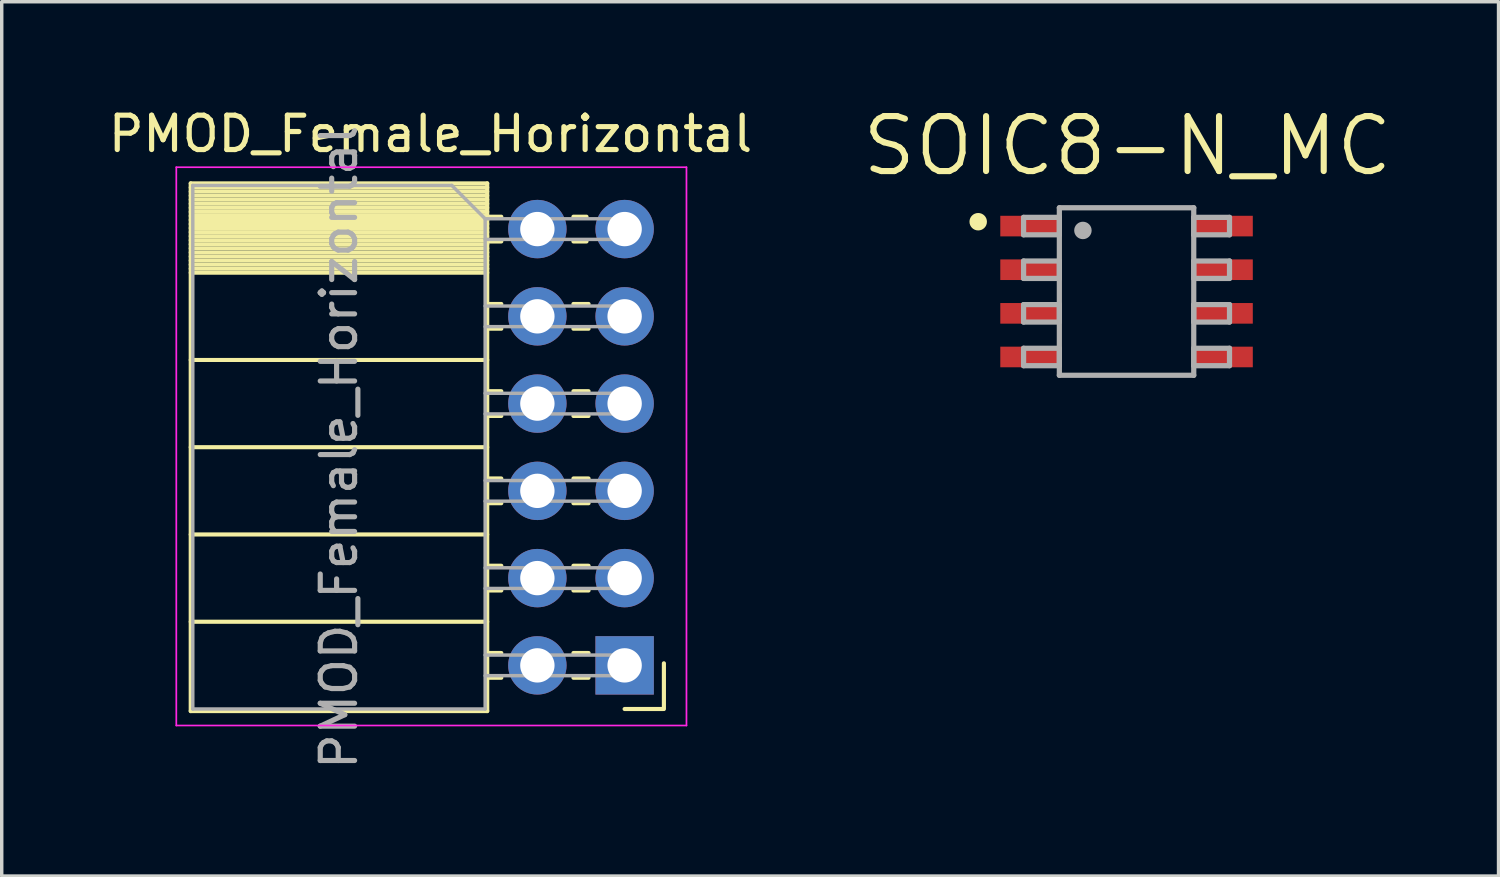
<source format=kicad_pcb>
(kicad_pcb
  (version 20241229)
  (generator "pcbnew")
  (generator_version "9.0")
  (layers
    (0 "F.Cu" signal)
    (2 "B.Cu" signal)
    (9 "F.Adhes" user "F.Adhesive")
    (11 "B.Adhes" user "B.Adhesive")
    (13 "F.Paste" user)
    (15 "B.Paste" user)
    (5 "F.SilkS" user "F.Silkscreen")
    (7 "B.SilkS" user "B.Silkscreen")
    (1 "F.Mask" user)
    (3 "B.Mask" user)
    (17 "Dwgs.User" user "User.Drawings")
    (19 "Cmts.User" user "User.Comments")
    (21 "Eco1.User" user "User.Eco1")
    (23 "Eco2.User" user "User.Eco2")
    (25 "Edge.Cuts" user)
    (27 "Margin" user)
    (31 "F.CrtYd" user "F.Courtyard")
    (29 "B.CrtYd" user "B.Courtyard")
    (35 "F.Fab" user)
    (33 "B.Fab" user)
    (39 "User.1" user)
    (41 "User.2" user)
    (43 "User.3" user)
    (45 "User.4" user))
  (footprint "PMOD_Female_Horizontal"
    (layer "F.Cu")
    (at 15.132 3.618)
    (property "Reference" "PMOD_Female_Horizontal" (at -5.65 -2.77 0) (layer "F.SilkS") (effects (font (size 1 1) (thickness 0.15))))
    (attr through_hole)
    (fp_line (start -12.63 -1.33) (end -12.63 14.03) (stroke (width 0.12) (type solid)) (layer "F.SilkS"))
    (fp_line (start -12.63 -1.33) (end -4 -1.33) (stroke (width 0.12) (type solid)) (layer "F.SilkS"))
    (fp_line (start -12.63 -1.21) (end -4 -1.21) (stroke (width 0.12) (type solid)) (layer "F.SilkS"))
    (fp_line (start -12.63 -1.092) (end -4 -1.092) (stroke (width 0.12) (type solid)) (layer "F.SilkS"))
    (fp_line (start -12.63 -0.974) (end -4 -0.974) (stroke (width 0.12) (type solid)) (layer "F.SilkS"))
    (fp_line (start -12.63 -0.856) (end -4 -0.856) (stroke (width 0.12) (type solid)) (layer "F.SilkS"))
    (fp_line (start -12.63 -0.738) (end -4 -0.738) (stroke (width 0.12) (type solid)) (layer "F.SilkS"))
    (fp_line (start -12.63 -0.62) (end -4 -0.62) (stroke (width 0.12) (type solid)) (layer "F.SilkS"))
    (fp_line (start -12.63 -0.501) (end -4 -0.501) (stroke (width 0.12) (type solid)) (layer "F.SilkS"))
    (fp_line (start -12.63 -0.383) (end -4 -0.383) (stroke (width 0.12) (type solid)) (layer "F.SilkS"))
    (fp_line (start -12.63 -0.265) (end -4 -0.265) (stroke (width 0.12) (type solid)) (layer "F.SilkS"))
    (fp_line (start -12.63 -0.147) (end -4 -0.147) (stroke (width 0.12) (type solid)) (layer "F.SilkS"))
    (fp_line (start -12.63 -0.029) (end -4 -0.029) (stroke (width 0.12) (type solid)) (layer "F.SilkS"))
    (fp_line (start -12.63 0.089) (end -4 0.089) (stroke (width 0.12) (type solid)) (layer "F.SilkS"))
    (fp_line (start -12.63 0.207) (end -4 0.207) (stroke (width 0.12) (type solid)) (layer "F.SilkS"))
    (fp_line (start -12.63 0.325) (end -4 0.325) (stroke (width 0.12) (type solid)) (layer "F.SilkS"))
    (fp_line (start -12.63 0.443) (end -4 0.443) (stroke (width 0.12) (type solid)) (layer "F.SilkS"))
    (fp_line (start -12.63 0.561) (end -4 0.561) (stroke (width 0.12) (type solid)) (layer "F.SilkS"))
    (fp_line (start -12.63 0.68) (end -4 0.68) (stroke (width 0.12) (type solid)) (layer "F.SilkS"))
    (fp_line (start -12.63 0.798) (end -4 0.798) (stroke (width 0.12) (type solid)) (layer "F.SilkS"))
    (fp_line (start -12.63 0.916) (end -4 0.916) (stroke (width 0.12) (type solid)) (layer "F.SilkS"))
    (fp_line (start -12.63 1.034) (end -4 1.034) (stroke (width 0.12) (type solid)) (layer "F.SilkS"))
    (fp_line (start -12.63 1.152) (end -4 1.152) (stroke (width 0.12) (type solid)) (layer "F.SilkS"))
    (fp_line (start -12.63 1.27) (end -4 1.27) (stroke (width 0.12) (type solid)) (layer "F.SilkS"))
    (fp_line (start -12.63 3.81) (end -4 3.81) (stroke (width 0.12) (type solid)) (layer "F.SilkS"))
    (fp_line (start -12.63 6.35) (end -4 6.35) (stroke (width 0.12) (type solid)) (layer "F.SilkS"))
    (fp_line (start -12.63 8.89) (end -4 8.89) (stroke (width 0.12) (type solid)) (layer "F.SilkS"))
    (fp_line (start -12.63 11.43) (end -4 11.43) (stroke (width 0.12) (type solid)) (layer "F.SilkS"))
    (fp_line (start -12.63 14.03) (end -4 14.03) (stroke (width 0.12) (type solid)) (layer "F.SilkS"))
    (fp_line (start -4 -1.33) (end -4 14.03) (stroke (width 0.12) (type solid)) (layer "F.SilkS"))
    (fp_line (start -4 -0.36) (end -3.59 -0.36) (stroke (width 0.12) (type solid)) (layer "F.SilkS"))
    (fp_line (start -4 0.36) (end -3.59 0.36) (stroke (width 0.12) (type solid)) (layer "F.SilkS"))
    (fp_line (start -4 2.18) (end -3.59 2.18) (stroke (width 0.12) (type solid)) (layer "F.SilkS"))
    (fp_line (start -4 2.9) (end -3.59 2.9) (stroke (width 0.12) (type solid)) (layer "F.SilkS"))
    (fp_line (start -4 4.72) (end -3.59 4.72) (stroke (width 0.12) (type solid)) (layer "F.SilkS"))
    (fp_line (start -4 5.44) (end -3.59 5.44) (stroke (width 0.12) (type solid)) (layer "F.SilkS"))
    (fp_line (start -4 7.26) (end -3.59 7.26) (stroke (width 0.12) (type solid)) (layer "F.SilkS"))
    (fp_line (start -4 7.98) (end -3.59 7.98) (stroke (width 0.12) (type solid)) (layer "F.SilkS"))
    (fp_line (start -4 9.8) (end -3.59 9.8) (stroke (width 0.12) (type solid)) (layer "F.SilkS"))
    (fp_line (start -4 10.52) (end -3.59 10.52) (stroke (width 0.12) (type solid)) (layer "F.SilkS"))
    (fp_line (start -4 12.34) (end -3.59 12.34) (stroke (width 0.12) (type solid)) (layer "F.SilkS"))
    (fp_line (start -4 13.06) (end -3.59 13.06) (stroke (width 0.12) (type solid)) (layer "F.SilkS"))
    (fp_line (start -1.49 -0.36) (end -1.11 -0.36) (stroke (width 0.12) (type solid)) (layer "F.SilkS"))
    (fp_line (start -1.49 0.36) (end -1.11 0.36) (stroke (width 0.12) (type solid)) (layer "F.SilkS"))
    (fp_line (start -1.49 2.18) (end -1.05 2.18) (stroke (width 0.12) (type solid)) (layer "F.SilkS"))
    (fp_line (start -1.49 2.9) (end -1.05 2.9) (stroke (width 0.12) (type solid)) (layer "F.SilkS"))
    (fp_line (start -1.49 4.72) (end -1.05 4.72) (stroke (width 0.12) (type solid)) (layer "F.SilkS"))
    (fp_line (start -1.49 5.44) (end -1.05 5.44) (stroke (width 0.12) (type solid)) (layer "F.SilkS"))
    (fp_line (start -1.49 7.26) (end -1.05 7.26) (stroke (width 0.12) (type solid)) (layer "F.SilkS"))
    (fp_line (start -1.49 7.98) (end -1.05 7.98) (stroke (width 0.12) (type solid)) (layer "F.SilkS"))
    (fp_line (start -1.49 9.8) (end -1.05 9.8) (stroke (width 0.12) (type solid)) (layer "F.SilkS"))
    (fp_line (start -1.49 10.52) (end -1.05 10.52) (stroke (width 0.12) (type solid)) (layer "F.SilkS"))
    (fp_line (start -1.49 12.34) (end -1.05 12.34) (stroke (width 0.12) (type solid)) (layer "F.SilkS"))
    (fp_line (start -1.49 13.06) (end -1.05 13.06) (stroke (width 0.12) (type solid)) (layer "F.SilkS"))
    (fp_line (start 0 13.97) (end 1.11 13.97) (stroke (width 0.12) (type solid)) (layer "F.SilkS"))
    (fp_line (start 1.143 12.64) (end 1.143 13.97) (stroke (width 0.12) (type solid)) (layer "F.SilkS"))
    (fp_line (start -13.05 -1.8) (end -13.05 14.45) (stroke (width 0.05) (type solid)) (layer "F.CrtYd"))
    (fp_line (start -13.05 14.45) (end 1.8 14.45) (stroke (width 0.05) (type solid)) (layer "F.CrtYd"))
    (fp_line (start 1.8 -1.8) (end -13.05 -1.8) (stroke (width 0.05) (type solid)) (layer "F.CrtYd"))
    (fp_line (start 1.8 14.45) (end 1.8 -1.8) (stroke (width 0.05) (type solid)) (layer "F.CrtYd"))
    (fp_line (start -12.57 -1.27) (end -5.03 -1.27) (stroke (width 0.1) (type solid)) (layer "F.Fab"))
    (fp_line (start -12.57 13.97) (end -12.57 -1.27) (stroke (width 0.1) (type solid)) (layer "F.Fab"))
    (fp_line (start -5.03 -1.27) (end -4.06 -0.3) (stroke (width 0.1) (type solid)) (layer "F.Fab"))
    (fp_line (start -4.06 -0.3) (end -4.06 13.97) (stroke (width 0.1) (type solid)) (layer "F.Fab"))
    (fp_line (start -4.06 0.3) (end 0 0.3) (stroke (width 0.1) (type solid)) (layer "F.Fab"))
    (fp_line (start -4.06 2.84) (end 0 2.84) (stroke (width 0.1) (type solid)) (layer "F.Fab"))
    (fp_line (start -4.06 5.38) (end 0 5.38) (stroke (width 0.1) (type solid)) (layer "F.Fab"))
    (fp_line (start -4.06 7.92) (end 0 7.92) (stroke (width 0.1) (type solid)) (layer "F.Fab"))
    (fp_line (start -4.06 10.46) (end 0 10.46) (stroke (width 0.1) (type solid)) (layer "F.Fab"))
    (fp_line (start -4.06 13) (end 0 13) (stroke (width 0.1) (type solid)) (layer "F.Fab"))
    (fp_line (start -4.06 13.97) (end -12.57 13.97) (stroke (width 0.1) (type solid)) (layer "F.Fab"))
    (fp_line (start 0 -0.3) (end -4.06 -0.3) (stroke (width 0.1) (type solid)) (layer "F.Fab"))
    (fp_line (start 0 0.3) (end 0 -0.3) (stroke (width 0.1) (type solid)) (layer "F.Fab"))
    (fp_line (start 0 2.24) (end -4.06 2.24) (stroke (width 0.1) (type solid)) (layer "F.Fab"))
    (fp_line (start 0 2.84) (end 0 2.24) (stroke (width 0.1) (type solid)) (layer "F.Fab"))
    (fp_line (start 0 4.78) (end -4.06 4.78) (stroke (width 0.1) (type solid)) (layer "F.Fab"))
    (fp_line (start 0 5.38) (end 0 4.78) (stroke (width 0.1) (type solid)) (layer "F.Fab"))
    (fp_line (start 0 7.32) (end -4.06 7.32) (stroke (width 0.1) (type solid)) (layer "F.Fab"))
    (fp_line (start 0 7.92) (end 0 7.32) (stroke (width 0.1) (type solid)) (layer "F.Fab"))
    (fp_line (start 0 9.86) (end -4.06 9.86) (stroke (width 0.1) (type solid)) (layer "F.Fab"))
    (fp_line (start 0 10.46) (end 0 9.86) (stroke (width 0.1) (type solid)) (layer "F.Fab"))
    (fp_line (start 0 12.4) (end -4.06 12.4) (stroke (width 0.1) (type solid)) (layer "F.Fab"))
    (fp_line (start 0 13) (end 0 12.4) (stroke (width 0.1) (type solid)) (layer "F.Fab"))
    (fp_text user "${REFERENCE}" (at -8.315 6.35 90) (layer "F.Fab") (effects (font (size 1 1) (thickness 0.15))))
    (pad "1" thru_hole rect (at 0 12.7) (size 1.7 1.7) (drill 1) (layers "*.Cu" "*.Mask"))
    (pad "2" thru_hole oval (at 0 10.16) (size 1.7 1.7) (drill 1) (layers "*.Cu" "*.Mask"))
    (pad "3" thru_hole oval (at 0 7.62) (size 1.7 1.7) (drill 1) (layers "*.Cu" "*.Mask"))
    (pad "4" thru_hole oval (at 0 5.08) (size 1.7 1.7) (drill 1) (layers "*.Cu" "*.Mask"))
    (pad "5" thru_hole oval (at 0 2.54) (size 1.7 1.7) (drill 1) (layers "*.Cu" "*.Mask"))
    (pad "6" thru_hole oval (at 0 0) (size 1.7 1.7) (drill 1) (layers "*.Cu" "*.Mask"))
    (pad "7" thru_hole oval (at -2.54 12.7) (size 1.7 1.7) (drill 1) (layers "*.Cu" "*.Mask"))
    (pad "8" thru_hole oval (at -2.54 10.16) (size 1.7 1.7) (drill 1) (layers "*.Cu" "*.Mask"))
    (pad "9" thru_hole oval (at -2.54 7.62) (size 1.7 1.7) (drill 1) (layers "*.Cu" "*.Mask"))
    (pad "10" thru_hole oval (at -2.54 5.08) (size 1.7 1.7) (drill 1) (layers "*.Cu" "*.Mask"))
    (pad "11" thru_hole oval (at -2.54 2.54) (size 1.7 1.7) (drill 1) (layers "*.Cu" "*.Mask"))
    (pad "12" thru_hole oval (at -2.54 0) (size 1.7 1.7) (drill 1) (layers "*.Cu" "*.Mask")))
  (footprint "SOIC8-N_MC"
    (layer "F.Cu")
    (at 29.742 5.436)
    (property "Reference" "SOIC8-N_MC" (at 0.025 -3.302 0) (layer "F.SilkS") (effects (font (size 1.6 1.6) (thickness 0.178)) (justify bottom)))
    (fp_circle (center -4.318 -2.032) (end -4.191 -2.032) (stroke (width 0.254) (type solid)) (fill yes) (layer "F.SilkS"))
    (fp_line (start -2.997 -2.159) (end -2.997 -1.651) (stroke (width 0.152) (type solid)) (layer "F.Fab"))
    (fp_line (start -2.997 -1.651) (end -1.956 -1.651) (stroke (width 0.152) (type solid)) (layer "F.Fab"))
    (fp_line (start -2.997 -0.889) (end -2.997 -0.381) (stroke (width 0.152) (type solid)) (layer "F.Fab"))
    (fp_line (start -2.997 -0.381) (end -1.956 -0.381) (stroke (width 0.152) (type solid)) (layer "F.Fab"))
    (fp_line (start -2.997 0.381) (end -2.997 0.889) (stroke (width 0.152) (type solid)) (layer "F.Fab"))
    (fp_line (start -2.997 0.889) (end -1.956 0.889) (stroke (width 0.152) (type solid)) (layer "F.Fab"))
    (fp_line (start -2.997 1.651) (end -2.997 2.159) (stroke (width 0.152) (type solid)) (layer "F.Fab"))
    (fp_line (start -2.997 2.159) (end -1.956 2.159) (stroke (width 0.152) (type solid)) (layer "F.Fab"))
    (fp_line (start -1.956 -2.438) (end -1.956 2.438) (stroke (width 0.152) (type solid)) (layer "F.Fab"))
    (fp_line (start -1.956 -2.159) (end -2.997 -2.159) (stroke (width 0.152) (type solid)) (layer "F.Fab"))
    (fp_line (start -1.956 -1.651) (end -1.956 -2.159) (stroke (width 0.152) (type solid)) (layer "F.Fab"))
    (fp_line (start -1.956 -0.889) (end -2.997 -0.889) (stroke (width 0.152) (type solid)) (layer "F.Fab"))
    (fp_line (start -1.956 -0.381) (end -1.956 -0.889) (stroke (width 0.152) (type solid)) (layer "F.Fab"))
    (fp_line (start -1.956 0.381) (end -2.997 0.381) (stroke (width 0.152) (type solid)) (layer "F.Fab"))
    (fp_line (start -1.956 0.889) (end -1.956 0.381) (stroke (width 0.152) (type solid)) (layer "F.Fab"))
    (fp_line (start -1.956 1.651) (end -2.997 1.651) (stroke (width 0.152) (type solid)) (layer "F.Fab"))
    (fp_line (start -1.956 2.159) (end -1.956 1.651) (stroke (width 0.152) (type solid)) (layer "F.Fab"))
    (fp_line (start -1.956 2.438) (end 1.956 2.438) (stroke (width 0.152) (type solid)) (layer "F.Fab"))
    (fp_line (start 1.956 -2.438) (end -1.956 -2.438) (stroke (width 0.152) (type solid)) (layer "F.Fab"))
    (fp_line (start 1.956 -2.159) (end 1.956 -1.651) (stroke (width 0.152) (type solid)) (layer "F.Fab"))
    (fp_line (start 1.956 -1.651) (end 2.997 -1.651) (stroke (width 0.152) (type solid)) (layer "F.Fab"))
    (fp_line (start 1.956 -0.889) (end 1.956 -0.381) (stroke (width 0.152) (type solid)) (layer "F.Fab"))
    (fp_line (start 1.956 -0.381) (end 2.997 -0.381) (stroke (width 0.152) (type solid)) (layer "F.Fab"))
    (fp_line (start 1.956 0.381) (end 1.956 0.889) (stroke (width 0.152) (type solid)) (layer "F.Fab"))
    (fp_line (start 1.956 0.889) (end 2.997 0.889) (stroke (width 0.152) (type solid)) (layer "F.Fab"))
    (fp_line (start 1.956 1.651) (end 1.956 2.159) (stroke (width 0.152) (type solid)) (layer "F.Fab"))
    (fp_line (start 1.956 2.159) (end 2.997 2.159) (stroke (width 0.152) (type solid)) (layer "F.Fab"))
    (fp_line (start 1.956 2.438) (end 1.956 -2.438) (stroke (width 0.152) (type solid)) (layer "F.Fab"))
    (fp_line (start 2.997 -2.159) (end 1.956 -2.159) (stroke (width 0.152) (type solid)) (layer "F.Fab"))
    (fp_line (start 2.997 -1.651) (end 2.997 -2.159) (stroke (width 0.152) (type solid)) (layer "F.Fab"))
    (fp_line (start 2.997 -0.889) (end 1.956 -0.889) (stroke (width 0.152) (type solid)) (layer "F.Fab"))
    (fp_line (start 2.997 -0.381) (end 2.997 -0.889) (stroke (width 0.152) (type solid)) (layer "F.Fab"))
    (fp_line (start 2.997 0.381) (end 1.956 0.381) (stroke (width 0.152) (type solid)) (layer "F.Fab"))
    (fp_line (start 2.997 0.889) (end 2.997 0.381) (stroke (width 0.152) (type solid)) (layer "F.Fab"))
    (fp_line (start 2.997 1.651) (end 1.956 1.651) (stroke (width 0.152) (type solid)) (layer "F.Fab"))
    (fp_line (start 2.997 2.159) (end 2.997 1.651) (stroke (width 0.152) (type solid)) (layer "F.Fab"))
    (fp_circle (center -1.27 -1.778) (end -1.143 -1.778) (stroke (width 0.254) (type solid)) (fill no) (layer "F.Fab"))
    (pad "1" smd rect (at -2.8 -1.905) (size 1.75 0.6) (layers "F.Cu" "F.Mask" "F.Paste"))
    (pad "2" smd rect (at -2.8 -0.635) (size 1.75 0.6) (layers "F.Cu" "F.Mask" "F.Paste"))
    (pad "3" smd rect (at -2.8 0.635) (size 1.75 0.6) (layers "F.Cu" "F.Mask" "F.Paste"))
    (pad "4" smd rect (at -2.8 1.905) (size 1.75 0.6) (layers "F.Cu" "F.Mask" "F.Paste"))
    (pad "5" smd rect (at 2.8 1.905) (size 1.75 0.6) (layers "F.Cu" "F.Mask" "F.Paste"))
    (pad "6" smd rect (at 2.8 0.635) (size 1.75 0.6) (layers "F.Cu" "F.Mask" "F.Paste"))
    (pad "7" smd rect (at 2.8 -0.635) (size 1.75 0.6) (layers "F.Cu" "F.Mask" "F.Paste"))
    (pad "8" smd rect (at 2.8 -1.905) (size 1.75 0.6) (layers "F.Cu" "F.Mask" "F.Paste")))
  (gr_rect
    (start -3 -3)
    (end 40.57 22.45)
    (stroke (width 0.1) (type default))
    (fill no)
    (layer "Edge.Cuts")))
</source>
